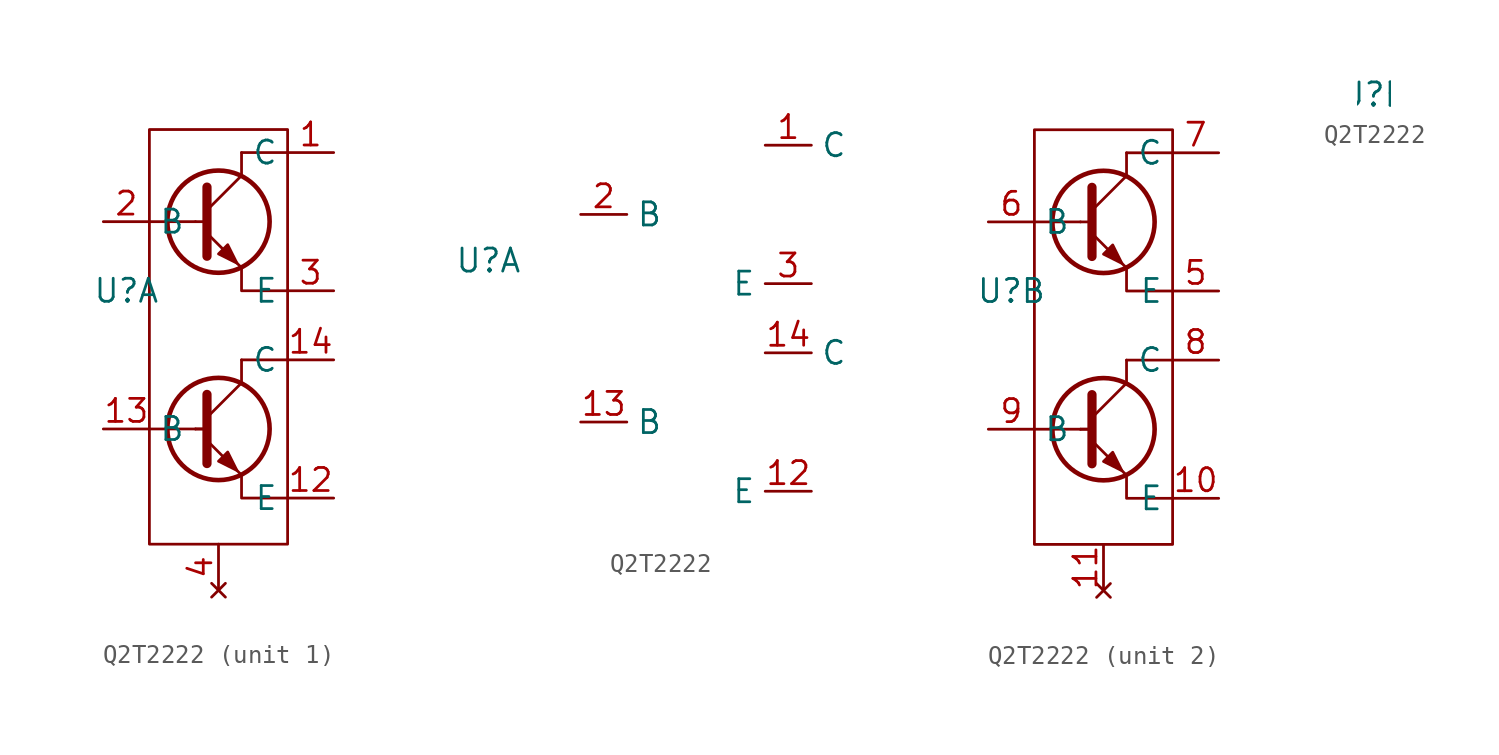
<source format=kicad_sym>
(kicad_symbol_lib
  (version 20220914)
  (generator kicad_symbol_editor)
  (symbol "Q2T2222"
    (property "Reference" "U"
      (at -6.35 1.27 0)
      (effects (font (size 1.27 1.27))))
    (property "Value" ""
      (at -6.35 1.27 0)
      (effects (font (size 1.27 1.27))))
    (property "ki_locked" ""
      (at 0 0 0)
      (effects (font (size 1.27 1.27))))
    (symbol "Q2T2222_0_1"
      (circle (center -1.27 -6.35) (radius 2.819) (stroke (width 0.254) (type default)) (fill (type none)))
      (circle (center -1.27 5.08) (radius 2.819) (stroke (width 0.254) (type default)) (fill (type none)))
      (polyline (pts (xy -2.54 -6.35) (xy -1.905 -6.35)) (stroke (width 0) (type default)) (fill (type none)))
      (polyline (pts (xy -2.54 -6.35) (xy -1.905 -6.35)) (stroke (width 0) (type default)) (fill (type none)))
      (polyline (pts (xy -2.54 5.08) (xy -1.905 5.08)) (stroke (width 0) (type default)) (fill (type none)))
      (polyline (pts (xy -1.905 -5.715) (xy 0 -3.81)) (stroke (width 0) (type default)) (fill (type none)))
      (polyline (pts (xy -1.905 5.715) (xy 0 7.62)) (stroke (width 0) (type default)) (fill (type none)))
      (polyline (pts (xy -1.905 -6.985) (xy 0 -8.89) (xy 0 -8.89)) (stroke (width 0) (type default)) (fill (type none)))
      (polyline (pts (xy -1.905 -4.445) (xy -1.905 -8.255) (xy -1.905 -8.255)) (stroke (width 0.508) (type default)) (fill (type none)))
      (polyline (pts (xy -1.905 4.445) (xy 0 2.54) (xy 0 2.54)) (stroke (width 0) (type default)) (fill (type none)))
      (polyline (pts (xy -1.905 6.985) (xy -1.905 3.175) (xy -1.905 3.175)) (stroke (width 0.508) (type default)) (fill (type none)))
      (polyline (pts (xy -1.27 -8.128) (xy -0.762 -7.62) (xy -0.254 -8.636) (xy -1.27 -8.128) (xy -1.27 -8.128)) (stroke (width 0) (type default)) (fill (type outline)))
      (polyline (pts (xy -1.27 3.302) (xy -0.762 3.81) (xy -0.254 2.794) (xy -1.27 3.302) (xy -1.27 3.302)) (stroke (width 0) (type default)) (fill (type outline))))
    (symbol "Q2T2222_1_1"
      (rectangle (start -5.08 10.16) (end 2.54 -12.7) (stroke (width 0) (type default)) (fill (type none)))
      (polyline (pts (xy -2.54 -6.35) (xy -5.08 -6.35)) (stroke (width 0) (type default)) (fill (type none)))
      (polyline (pts (xy -2.54 5.08) (xy -5.08 5.08)) (stroke (width 0) (type default)) (fill (type none)))
      (polyline (pts (xy 0 -3.81) (xy 0 -2.54)) (stroke (width 0) (type default)) (fill (type none)))
      (polyline (pts (xy 0 7.62) (xy 0 8.89)) (stroke (width 0) (type default)) (fill (type none)))
      (polyline (pts (xy 2.54 -2.54) (xy 0 -2.54)) (stroke (width 0) (type default)) (fill (type none)))
      (polyline (pts (xy 2.54 8.89) (xy 0 8.89)) (stroke (width 0) (type default)) (fill (type none)))
      (polyline (pts (xy 0 -8.89) (xy 0 -10.16) (xy 2.54 -10.16)) (stroke (width 0) (type default)) (fill (type none)))
      (polyline (pts (xy 0 2.54) (xy 0 1.27) (xy 2.54 1.27)) (stroke (width 0) (type default)) (fill (type none)))
      (pin passive line (at 5.08 8.89 180) (length 2.54) (name "C" (effects (font (size 1.27 1.27)))) (number "1" (effects (font (size 1.27 1.27)))))
      (pin passive line (at 5.08 -10.16 180) (length 2.54) (name "E" (effects (font (size 1.27 1.27)))) (number "12" (effects (font (size 1.27 1.27)))))
      (pin input line (at -7.62 -6.35 0) (length 2.54) (name "B" (effects (font (size 1.27 1.27)))) (number "13" (effects (font (size 1.27 1.27)))))
      (pin passive line (at 5.08 -2.54 180) (length 2.54) (name "C" (effects (font (size 1.27 1.27)))) (number "14" (effects (font (size 1.27 1.27)))))
      (pin input line (at -7.62 5.08 0) (length 2.54) (name "B" (effects (font (size 1.27 1.27)))) (number "2" (effects (font (size 1.27 1.27)))))
      (pin passive line (at 5.08 1.27 180) (length 2.54) (name "E" (effects (font (size 1.27 1.27)))) (number "3" (effects (font (size 1.27 1.27)))))
      (pin no_connect line (at -1.27 -15.24 90) (length 2.54) (name "" (effects (font (size 1.27 1.27)))) (number "4" (effects (font (size 1.27 1.27))))))
    (symbol "Q2T2222_1_2"
      (pin passive line (at 8.89 7.62 0) (length 2.54) (name "C" (effects (font (size 1.27 1.27)))) (number "1" (effects (font (size 1.27 1.27)))))
      (pin passive line (at 11.43 -11.43 180) (length 2.54) (name "E" (effects (font (size 1.27 1.27)))) (number "12" (effects (font (size 1.27 1.27)))))
      (pin input line (at -1.27 -7.62 0) (length 2.54) (name "B" (effects (font (size 1.27 1.27)))) (number "13" (effects (font (size 1.27 1.27)))))
      (pin passive line (at 8.89 -3.81 0) (length 2.54) (name "C" (effects (font (size 1.27 1.27)))) (number "14" (effects (font (size 1.27 1.27)))))
      (pin input line (at -1.27 3.81 0) (length 2.54) (name "B" (effects (font (size 1.27 1.27)))) (number "2" (effects (font (size 1.27 1.27)))))
      (pin passive line (at 11.43 0 180) (length 2.54) (name "E" (effects (font (size 1.27 1.27)))) (number "3" (effects (font (size 1.27 1.27))))))
    (symbol "Q2T2222_2_1"
      (rectangle (start -5.08 10.16) (end 2.54 -12.7) (stroke (width 0) (type default)) (fill (type none)))
      (polyline (pts (xy -2.54 -6.35) (xy -5.08 -6.35)) (stroke (width 0) (type default)) (fill (type none)))
      (polyline (pts (xy -2.54 5.08) (xy -5.08 5.08)) (stroke (width 0) (type default)) (fill (type none)))
      (polyline (pts (xy 0 -3.81) (xy 0 -2.54)) (stroke (width 0) (type default)) (fill (type none)))
      (polyline (pts (xy 0 7.62) (xy 0 8.89)) (stroke (width 0) (type default)) (fill (type none)))
      (polyline (pts (xy 2.54 -2.54) (xy 0 -2.54)) (stroke (width 0) (type default)) (fill (type none)))
      (polyline (pts (xy 2.54 8.89) (xy 0 8.89)) (stroke (width 0) (type default)) (fill (type none)))
      (polyline (pts (xy 0 -8.89) (xy 0 -10.16) (xy 2.54 -10.16)) (stroke (width 0) (type default)) (fill (type none)))
      (polyline (pts (xy 0 2.54) (xy 0 1.27) (xy 2.54 1.27)) (stroke (width 0) (type default)) (fill (type none)))
      (pin passive line (at 5.08 -10.16 180) (length 2.54) (name "E" (effects (font (size 1.27 1.27)))) (number "10" (effects (font (size 1.27 1.27)))))
      (pin no_connect line (at -1.27 -15.24 90) (length 2.54) (name "" (effects (font (size 1.27 1.27)))) (number "11" (effects (font (size 1.27 1.27)))))
      (pin passive line (at 5.08 1.27 180) (length 2.54) (name "E" (effects (font (size 1.27 1.27)))) (number "5" (effects (font (size 1.27 1.27)))))
      (pin input line (at -7.62 5.08 0) (length 2.54) (name "B" (effects (font (size 1.27 1.27)))) (number "6" (effects (font (size 1.27 1.27)))))
      (pin passive line (at 5.08 8.89 180) (length 2.54) (name "C" (effects (font (size 1.27 1.27)))) (number "7" (effects (font (size 1.27 1.27)))))
      (pin passive line (at 5.08 -2.54 180) (length 2.54) (name "C" (effects (font (size 1.27 1.27)))) (number "8" (effects (font (size 1.27 1.27)))))
      (pin input line (at -7.62 -6.35 0) (length 2.54) (name "B" (effects (font (size 1.27 1.27)))) (number "9" (effects (font (size 1.27 1.27))))))))
</source>
